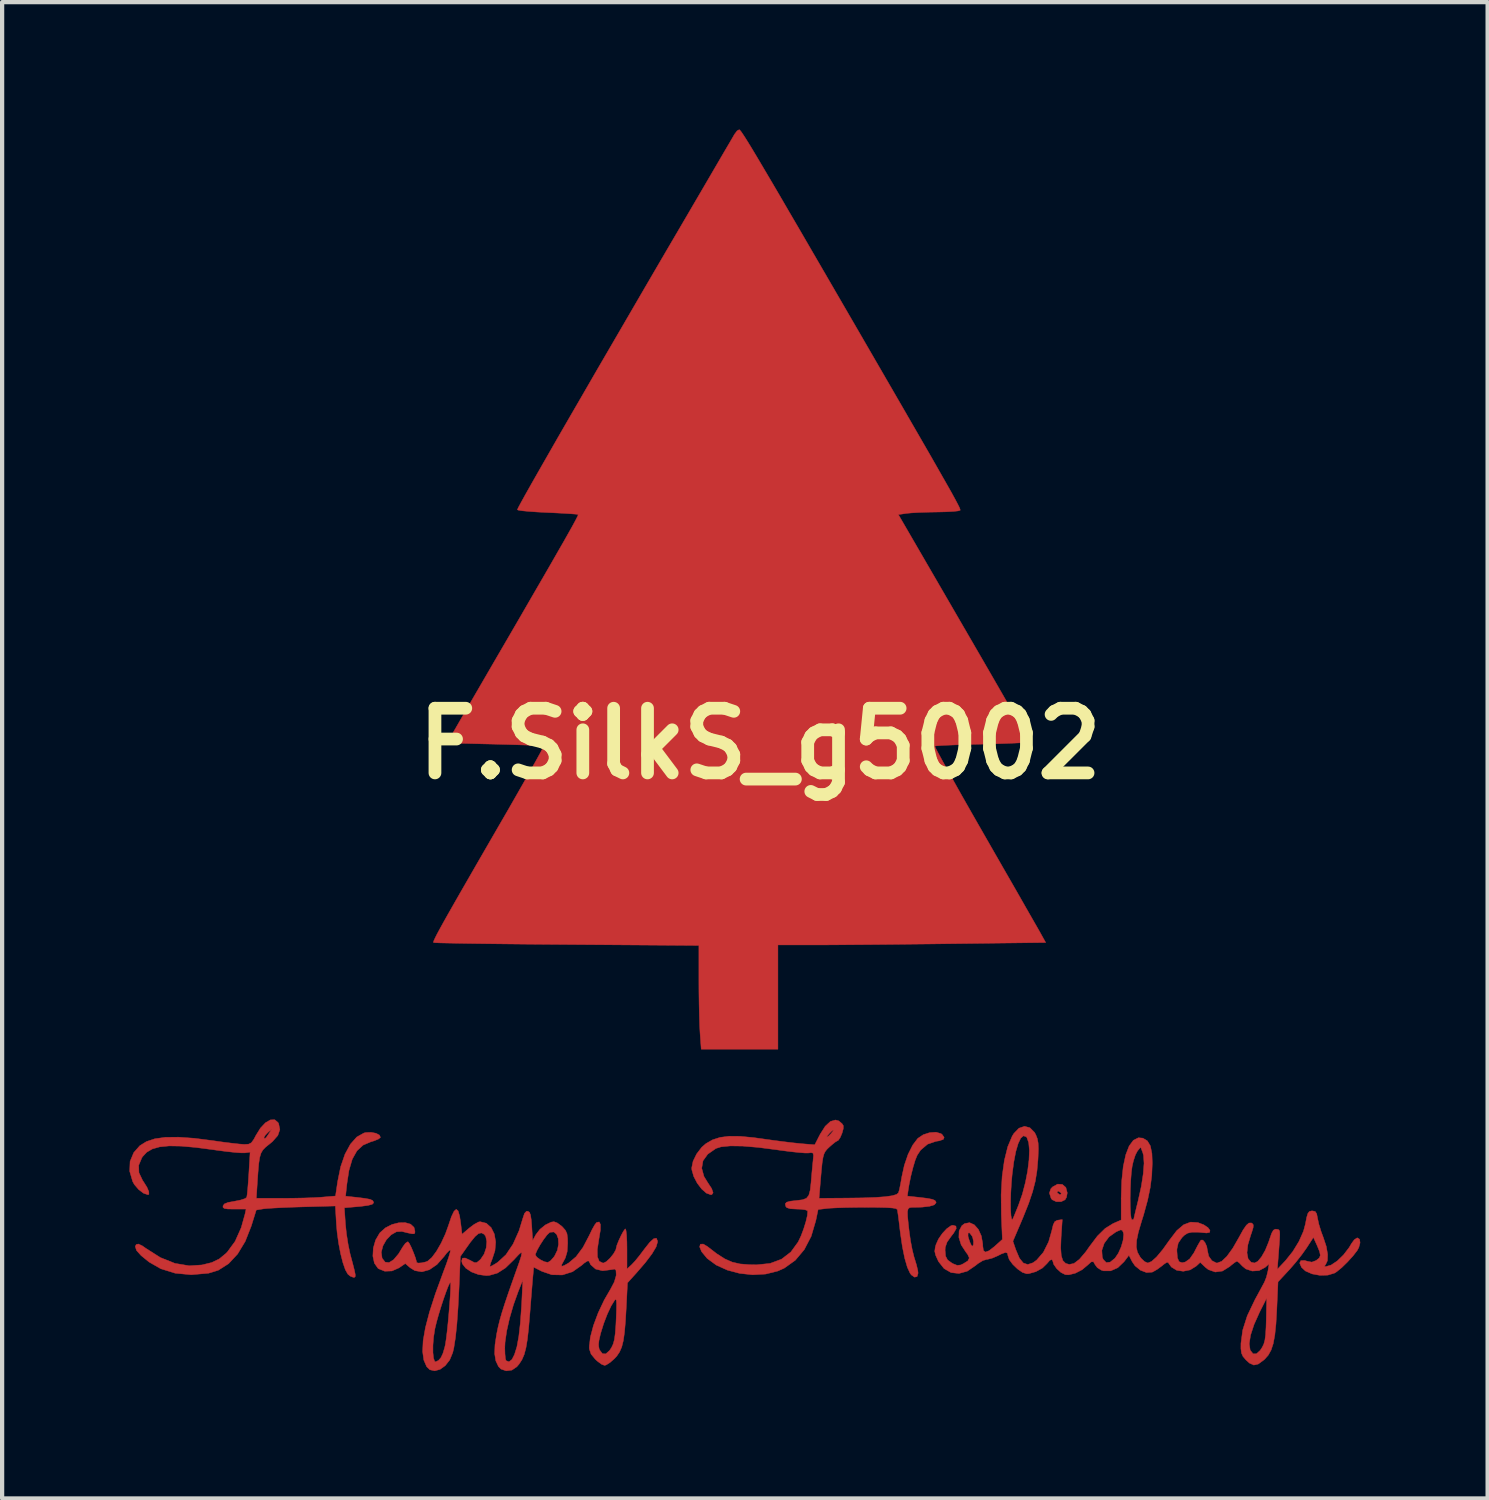
<source format=kicad_pcb>
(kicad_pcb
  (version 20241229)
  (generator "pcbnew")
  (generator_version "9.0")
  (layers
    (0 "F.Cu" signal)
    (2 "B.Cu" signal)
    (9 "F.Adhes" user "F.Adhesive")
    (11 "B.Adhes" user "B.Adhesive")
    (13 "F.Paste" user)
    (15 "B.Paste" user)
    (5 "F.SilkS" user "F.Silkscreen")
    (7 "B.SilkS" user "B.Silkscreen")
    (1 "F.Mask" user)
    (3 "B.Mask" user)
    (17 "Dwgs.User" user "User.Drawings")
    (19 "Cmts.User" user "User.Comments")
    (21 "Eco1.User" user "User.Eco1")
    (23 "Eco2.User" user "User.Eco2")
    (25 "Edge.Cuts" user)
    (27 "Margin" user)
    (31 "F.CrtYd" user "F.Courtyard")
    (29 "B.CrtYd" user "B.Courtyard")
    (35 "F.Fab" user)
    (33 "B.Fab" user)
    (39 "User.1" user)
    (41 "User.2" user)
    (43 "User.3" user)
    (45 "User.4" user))
  (footprint "F.SilkS_g5002"
    (layer "F.Cu")
    (at 14.853 14.469)
    (property "Reference" "F.SilkS_g5002" (at 0 0 0) (layer "F.SilkS") (effects (font (size 1.524 1.524) (thickness 0.3))))
    (attr through_hole)
    (fp_poly (pts (xy 7.123 10.383) (xy 7.206 10.454) (xy 7.239 10.58) (xy 7.239 10.583) (xy 7.221 10.687) (xy 7.188 10.744) (xy 7.094 10.79) (xy 6.98 10.789) (xy 6.885 10.745) (xy 6.859 10.713) (xy 6.819 10.587) (xy 6.825 10.567) (xy 6.999 10.567) (xy 7.006 10.583) (xy 7.062 10.624) (xy 7.075 10.626) (xy 7.098 10.6) (xy 7.091 10.583) (xy 7.035 10.543) (xy 7.022 10.541) (xy 6.999 10.567) (xy 6.825 10.567) (xy 6.852 10.486) (xy 6.893 10.442) (xy 7.012 10.376) (xy 7.123 10.383)) (stroke (width 0.01) (type solid)) (fill yes) (layer "F.Cu"))
    (fp_poly (pts (xy -11.353 8.925) (xy -11.339 8.95) (xy -11.31 9.091) (xy -11.358 9.23) (xy -11.485 9.374) (xy -11.553 9.43) (xy -11.644 9.503) (xy -11.71 9.57) (xy -11.755 9.648) (xy -11.786 9.752) (xy -11.808 9.898) (xy -11.825 10.103) (xy -11.837 10.276) (xy -11.865 10.71) (xy -11.252 10.71) (xy -10.999 10.708) (xy -10.744 10.703) (xy -10.515 10.695) (xy -10.34 10.685) (xy -10.319 10.683) (xy -9.999 10.656) (xy -9.949 10.316) (xy -9.878 9.967) (xy -9.776 9.671) (xy -9.648 9.435) (xy -9.498 9.266) (xy -9.33 9.172) (xy -9.285 9.161) (xy -9.161 9.156) (xy -9.046 9.178) (xy -8.964 9.221) (xy -8.941 9.275) (xy -8.942 9.278) (xy -8.989 9.315) (xy -9.092 9.357) (xy -9.166 9.379) (xy -9.349 9.457) (xy -9.494 9.591) (xy -9.604 9.787) (xy -9.682 10.052) (xy -9.73 10.364) (xy -9.762 10.66) (xy -9.488 10.689) (xy -9.303 10.712) (xy -9.187 10.734) (xy -9.125 10.762) (xy -9.103 10.8) (xy -9.102 10.818) (xy -9.134 10.851) (xy -9.234 10.878) (xy -9.411 10.901) (xy -9.446 10.904) (xy -9.791 10.934) (xy -9.765 11.32) (xy -9.741 11.548) (xy -9.702 11.797) (xy -9.656 12.017) (xy -9.649 12.044) (xy -9.591 12.26) (xy -9.554 12.407) (xy -9.535 12.499) (xy -9.533 12.549) (xy -9.546 12.569) (xy -9.572 12.573) (xy -9.577 12.573) (xy -9.652 12.544) (xy -9.709 12.496) (xy -9.767 12.394) (xy -9.825 12.226) (xy -9.88 12.01) (xy -9.927 11.764) (xy -9.962 11.506) (xy -9.978 11.319) (xy -10.003 10.891) (xy -10.769 10.912) (xy -11.028 10.92) (xy -11.269 10.93) (xy -11.475 10.941) (xy -11.627 10.951) (xy -11.701 10.959) (xy -11.866 10.986) (xy -11.983 11.362) (xy -12.126 11.725) (xy -12.306 12.023) (xy -12.519 12.251) (xy -12.761 12.405) (xy -12.99 12.475) (xy -13.398 12.511) (xy -13.776 12.475) (xy -14.117 12.369) (xy -14.392 12.211) (xy -14.579 12.059) (xy -14.687 11.938) (xy -14.717 11.845) (xy -14.694 11.799) (xy -14.641 11.787) (xy -14.549 11.831) (xy -14.468 11.888) (xy -14.125 12.106) (xy -13.782 12.243) (xy -13.444 12.3) (xy -13.145 12.28) (xy -12.914 12.223) (xy -12.736 12.137) (xy -12.58 12.008) (xy -12.546 11.973) (xy -12.364 11.724) (xy -12.221 11.403) (xy -12.131 11.081) (xy -12.106 10.964) (xy -12.385 10.964) (xy -12.535 10.962) (xy -12.617 10.95) (xy -12.649 10.925) (xy -12.65 10.89) (xy -12.618 10.843) (xy -12.533 10.808) (xy -12.38 10.78) (xy -12.374 10.779) (xy -12.234 10.751) (xy -12.131 10.717) (xy -12.091 10.687) (xy -12.081 10.626) (xy -12.068 10.498) (xy -12.054 10.324) (xy -12.041 10.128) (xy -12.011 9.623) (xy -12.133 9.64) (xy -12.218 9.64) (xy -12.368 9.629) (xy -12.564 9.608) (xy -12.787 9.579) (xy -12.869 9.567) (xy -13.289 9.512) (xy -13.635 9.481) (xy -13.917 9.476) (xy -14.14 9.498) (xy -14.314 9.547) (xy -14.446 9.624) (xy -14.545 9.73) (xy -14.562 9.757) (xy -14.636 9.933) (xy -14.63 10.106) (xy -14.544 10.288) (xy -14.52 10.323) (xy -14.441 10.449) (xy -14.397 10.552) (xy -14.395 10.615) (xy -14.417 10.626) (xy -14.52 10.592) (xy -14.635 10.505) (xy -14.736 10.388) (xy -14.777 10.316) (xy -14.848 10.073) (xy -14.839 9.842) (xy -14.752 9.633) (xy -14.609 9.471) (xy -14.454 9.374) (xy -14.256 9.308) (xy -14.007 9.273) (xy -13.699 9.27) (xy -13.327 9.296) (xy -12.882 9.353) (xy -12.869 9.355) (xy -12.644 9.387) (xy -12.435 9.413) (xy -12.263 9.432) (xy -12.151 9.44) (xy -12.14 9.44) (xy -12.045 9.434) (xy -11.982 9.402) (xy -11.926 9.325) (xy -11.9 9.278) (xy -11.684 9.278) (xy -11.671 9.311) (xy -11.63 9.275) (xy -11.576 9.197) (xy -11.502 9.081) (xy -11.593 9.161) (xy -11.659 9.231) (xy -11.684 9.278) (xy -11.9 9.278) (xy -11.877 9.233) (xy -11.767 9.055) (xy -11.649 8.93) (xy -11.533 8.863) (xy -11.431 8.859) (xy -11.353 8.925)) (stroke (width 0.01) (type solid)) (fill yes) (layer "F.Cu"))
    (fp_poly (pts (xy -0.487 -14.464) (xy -0.471 -14.451) (xy -0.443 -14.417) (xy -0.402 -14.357) (xy -0.345 -14.27) (xy -0.27 -14.15) (xy -0.175 -13.994) (xy -0.058 -13.798) (xy 0.084 -13.558) (xy 0.253 -13.272) (xy 0.451 -12.935) (xy 0.679 -12.543) (xy 0.942 -12.093) (xy 1.239 -11.581) (xy 1.575 -11.003) (xy 1.95 -10.356) (xy 1.978 -10.308) (xy 2.379 -9.617) (xy 2.739 -8.995) (xy 3.061 -8.439) (xy 3.347 -7.945) (xy 3.598 -7.51) (xy 3.818 -7.129) (xy 4.008 -6.8) (xy 4.169 -6.518) (xy 4.305 -6.279) (xy 4.418 -6.081) (xy 4.509 -5.92) (xy 4.58 -5.79) (xy 4.634 -5.69) (xy 4.672 -5.616) (xy 4.698 -5.563) (xy 4.712 -5.527) (xy 4.717 -5.507) (xy 4.716 -5.497) (xy 4.668 -5.483) (xy 4.552 -5.471) (xy 4.385 -5.462) (xy 4.186 -5.457) (xy 4.178 -5.457) (xy 3.955 -5.453) (xy 3.742 -5.446) (xy 3.566 -5.436) (xy 3.461 -5.426) (xy 3.26 -5.397) (xy 4.805 -2.734) (xy 5.057 -2.299) (xy 5.297 -1.885) (xy 5.52 -1.499) (xy 5.724 -1.145) (xy 5.905 -0.83) (xy 6.059 -0.56) (xy 6.185 -0.34) (xy 6.277 -0.177) (xy 6.333 -0.075) (xy 6.35 -0.042) (xy 6.31 -0.033) (xy 6.195 -0.024) (xy 6.019 -0.014) (xy 5.791 -0.005) (xy 5.523 0.004) (xy 5.246 0.011) (xy 4.949 0.018) (xy 4.68 0.026) (xy 4.451 0.035) (xy 4.274 0.043) (xy 4.159 0.051) (xy 4.119 0.058) (xy 4.135 0.098) (xy 4.19 0.205) (xy 4.28 0.371) (xy 4.401 0.591) (xy 4.55 0.858) (xy 4.722 1.165) (xy 4.915 1.505) (xy 5.125 1.873) (xy 5.282 2.147) (xy 5.506 2.538) (xy 5.721 2.913) (xy 5.923 3.264) (xy 6.107 3.585) (xy 6.268 3.868) (xy 6.403 4.104) (xy 6.508 4.287) (xy 6.577 4.408) (xy 6.6 4.449) (xy 6.731 4.685) (xy 4.438 4.713) (xy 3.971 4.719) (xy 3.502 4.724) (xy 3.042 4.729) (xy 2.605 4.733) (xy 2.202 4.736) (xy 1.845 4.739) (xy 1.546 4.741) (xy 1.318 4.741) (xy 1.284 4.741) (xy 0.423 4.741) (xy 0.423 7.197) (xy -1.384 7.197) (xy -1.412 6.809) (xy -1.421 6.64) (xy -1.428 6.407) (xy -1.434 6.134) (xy -1.438 5.843) (xy -1.439 5.588) (xy -1.439 4.754) (xy -4.553 4.731) (xy -5.059 4.727) (xy -5.54 4.723) (xy -5.989 4.718) (xy -6.4 4.713) (xy -6.767 4.708) (xy -7.081 4.703) (xy -7.337 4.698) (xy -7.529 4.694) (xy -7.649 4.689) (xy -7.69 4.685) (xy -7.692 4.671) (xy -7.681 4.638) (xy -7.656 4.583) (xy -7.614 4.499) (xy -7.552 4.383) (xy -7.468 4.23) (xy -7.358 4.034) (xy -7.221 3.793) (xy -7.053 3.499) (xy -6.852 3.15) (xy -6.616 2.74) (xy -6.341 2.264) (xy -6.149 1.932) (xy -5.94 1.571) (xy -5.746 1.232) (xy -5.569 0.922) (xy -5.415 0.649) (xy -5.286 0.419) (xy -5.187 0.24) (xy -5.122 0.118) (xy -5.094 0.06) (xy -5.094 0.057) (xy -5.139 0.051) (xy -5.259 0.044) (xy -5.44 0.036) (xy -5.672 0.028) (xy -5.944 0.02) (xy -6.239 0.012) (xy -6.538 0.005) (xy -6.807 -0.002) (xy -7.036 -0.008) (xy -7.212 -0.014) (xy -7.326 -0.018) (xy -7.366 -0.022) (xy -7.345 -0.059) (xy -7.286 -0.162) (xy -7.192 -0.325) (xy -7.068 -0.54) (xy -6.917 -0.801) (xy -6.743 -1.101) (xy -6.55 -1.433) (xy -6.343 -1.79) (xy -6.274 -1.909) (xy -5.927 -2.505) (xy -5.621 -3.032) (xy -5.354 -3.494) (xy -5.122 -3.894) (xy -4.924 -4.237) (xy -4.758 -4.527) (xy -4.62 -4.767) (xy -4.51 -4.962) (xy -4.424 -5.115) (xy -4.361 -5.231) (xy -4.318 -5.313) (xy -4.292 -5.366) (xy -4.283 -5.393) (xy -4.283 -5.398) (xy -4.33 -5.406) (xy -4.446 -5.415) (xy -4.618 -5.426) (xy -4.833 -5.437) (xy -5.008 -5.445) (xy -5.242 -5.457) (xy -5.443 -5.471) (xy -5.598 -5.486) (xy -5.692 -5.501) (xy -5.715 -5.511) (xy -5.694 -5.559) (xy -5.631 -5.677) (xy -5.529 -5.862) (xy -5.388 -6.112) (xy -5.21 -6.425) (xy -4.997 -6.797) (xy -4.751 -7.227) (xy -4.472 -7.71) (xy -4.162 -8.245) (xy -3.824 -8.83) (xy -3.457 -9.46) (xy -3.065 -10.134) (xy -2.649 -10.849) (xy -2.209 -11.603) (xy -1.765 -12.361) (xy -1.55 -12.729) (xy -1.346 -13.078) (xy -1.158 -13.4) (xy -0.99 -13.688) (xy -0.846 -13.935) (xy -0.73 -14.132) (xy -0.647 -14.274) (xy -0.602 -14.352) (xy -0.596 -14.361) (xy -0.538 -14.438) (xy -0.489 -14.464) (xy -0.487 -14.464)) (stroke (width 0.01) (type solid)) (fill yes) (layer "F.Cu"))
    (fp_poly (pts (xy 1.857 8.887) (xy 1.935 8.953) (xy 1.964 8.999) (xy 1.963 9.07) (xy 1.935 9.173) (xy 1.892 9.275) (xy 1.846 9.344) (xy 1.824 9.356) (xy 1.778 9.382) (xy 1.695 9.449) (xy 1.642 9.495) (xy 1.584 9.55) (xy 1.541 9.602) (xy 1.509 9.664) (xy 1.485 9.751) (xy 1.465 9.876) (xy 1.447 10.054) (xy 1.426 10.296) (xy 1.417 10.403) (xy 1.392 10.71) (xy 2.04 10.705) (xy 2.422 10.7) (xy 2.724 10.689) (xy 2.954 10.672) (xy 3.116 10.649) (xy 3.217 10.619) (xy 3.261 10.583) (xy 3.283 10.512) (xy 3.31 10.383) (xy 3.338 10.224) (xy 3.341 10.205) (xy 3.401 9.932) (xy 3.489 9.675) (xy 3.598 9.457) (xy 3.717 9.3) (xy 3.721 9.297) (xy 3.847 9.212) (xy 3.999 9.163) (xy 4.148 9.153) (xy 4.265 9.187) (xy 4.29 9.206) (xy 4.339 9.275) (xy 4.32 9.322) (xy 4.226 9.355) (xy 4.146 9.368) (xy 3.949 9.435) (xy 3.785 9.574) (xy 3.704 9.696) (xy 3.656 9.814) (xy 3.604 9.989) (xy 3.553 10.191) (xy 3.512 10.394) (xy 3.497 10.483) (xy 3.472 10.658) (xy 3.754 10.688) (xy 3.942 10.711) (xy 4.06 10.734) (xy 4.123 10.761) (xy 4.147 10.797) (xy 4.149 10.815) (xy 4.108 10.863) (xy 3.995 10.898) (xy 3.821 10.918) (xy 3.678 10.922) (xy 3.587 10.922) (xy 3.526 10.93) (xy 3.49 10.96) (xy 3.475 11.025) (xy 3.478 11.137) (xy 3.495 11.311) (xy 3.516 11.495) (xy 3.546 11.706) (xy 3.586 11.917) (xy 3.629 12.091) (xy 3.643 12.135) (xy 3.688 12.283) (xy 3.718 12.412) (xy 3.725 12.474) (xy 3.701 12.554) (xy 3.642 12.568) (xy 3.568 12.517) (xy 3.538 12.478) (xy 3.472 12.336) (xy 3.41 12.122) (xy 3.354 11.847) (xy 3.307 11.524) (xy 3.299 11.46) (xy 3.277 11.274) (xy 3.257 11.117) (xy 3.241 11.009) (xy 3.235 10.975) (xy 3.206 10.954) (xy 3.128 10.939) (xy 2.99 10.929) (xy 2.786 10.924) (xy 2.51 10.922) (xy 2.254 10.924) (xy 2.012 10.928) (xy 1.802 10.935) (xy 1.645 10.943) (xy 1.584 10.949) (xy 1.37 10.974) (xy 1.316 11.234) (xy 1.207 11.605) (xy 1.044 11.918) (xy 0.832 12.17) (xy 0.573 12.355) (xy 0.419 12.424) (xy 0.133 12.495) (xy -0.171 12.512) (xy -0.478 12.479) (xy -0.771 12.401) (xy -1.032 12.282) (xy -1.244 12.126) (xy -1.376 11.966) (xy -1.421 11.854) (xy -1.404 11.791) (xy -1.335 11.788) (xy -1.238 11.846) (xy -1.016 12.017) (xy -0.83 12.136) (xy -0.656 12.213) (xy -0.471 12.256) (xy -0.251 12.274) (xy -0.081 12.277) (xy 0.239 12.244) (xy 0.508 12.144) (xy 0.727 11.976) (xy 0.9 11.738) (xy 0.902 11.734) (xy 0.968 11.595) (xy 1.029 11.432) (xy 1.08 11.268) (xy 1.114 11.126) (xy 1.124 11.027) (xy 1.118 11.001) (xy 1.067 10.981) (xy 0.958 10.967) (xy 0.864 10.964) (xy 0.714 10.956) (xy 0.632 10.93) (xy 0.607 10.899) (xy 0.596 10.84) (xy 0.628 10.802) (xy 0.717 10.778) (xy 0.869 10.761) (xy 1.006 10.744) (xy 1.095 10.709) (xy 1.15 10.64) (xy 1.183 10.52) (xy 1.204 10.334) (xy 1.206 10.304) (xy 1.222 10.119) (xy 1.239 9.935) (xy 1.251 9.818) (xy 1.261 9.7) (xy 1.25 9.646) (xy 1.206 9.635) (xy 1.148 9.642) (xy 1.063 9.643) (xy 0.914 9.631) (xy 0.717 9.61) (xy 0.492 9.581) (xy 0.396 9.567) (xy -0.04 9.511) (xy -0.405 9.48) (xy -0.697 9.476) (xy -0.914 9.497) (xy -1.038 9.536) (xy -1.23 9.67) (xy -1.342 9.826) (xy -1.372 10.002) (xy -1.32 10.194) (xy -1.237 10.33) (xy -1.138 10.481) (xy -1.104 10.579) (xy -1.134 10.623) (xy -1.158 10.626) (xy -1.263 10.588) (xy -1.374 10.49) (xy -1.478 10.353) (xy -1.56 10.196) (xy -1.604 10.043) (xy -1.608 9.993) (xy -1.576 9.837) (xy -1.492 9.665) (xy -1.372 9.508) (xy -1.272 9.421) (xy -1.116 9.332) (xy -0.939 9.275) (xy -0.728 9.248) (xy -0.47 9.25) (xy -0.151 9.28) (xy 0.05 9.308) (xy 0.301 9.343) (xy 0.553 9.376) (xy 0.778 9.403) (xy 0.952 9.421) (xy 0.981 9.424) (xy 1.291 9.449) (xy 1.382 9.271) (xy 1.574 9.271) (xy 1.615 9.243) (xy 1.672 9.186) (xy 1.721 9.125) (xy 1.728 9.102) (xy 1.687 9.129) (xy 1.63 9.186) (xy 1.581 9.248) (xy 1.574 9.271) (xy 1.382 9.271) (xy 1.418 9.201) (xy 1.537 9.013) (xy 1.659 8.9) (xy 1.779 8.865) (xy 1.857 8.887)) (stroke (width 0.01) (type solid)) (fill yes) (layer "F.Cu"))
    (fp_poly (pts (xy -7.111 11.007) (xy -7.075 11.128) (xy -7.048 11.311) (xy -7.019 11.557) (xy -6.846 11.409) (xy -6.734 11.325) (xy -6.635 11.271) (xy -6.594 11.261) (xy -6.446 11.298) (xy -6.333 11.4) (xy -6.258 11.551) (xy -6.226 11.738) (xy -6.243 11.943) (xy -6.307 12.139) (xy -6.348 12.244) (xy -6.363 12.309) (xy -6.358 12.319) (xy -6.307 12.297) (xy -6.215 12.242) (xy -6.175 12.215) (xy -5.984 12.039) (xy -5.816 11.788) (xy -5.675 11.472) (xy -5.587 11.184) (xy -5.547 11.065) (xy -5.501 11.016) (xy -5.469 11.015) (xy -5.431 11.038) (xy -5.406 11.1) (xy -5.388 11.216) (xy -5.376 11.367) (xy -5.355 11.705) (xy -5.279 11.566) (xy -5.184 11.442) (xy -5.054 11.337) (xy -4.92 11.272) (xy -4.854 11.261) (xy -4.777 11.289) (xy -4.68 11.36) (xy -4.653 11.384) (xy -4.583 11.464) (xy -4.546 11.545) (xy -4.532 11.658) (xy -4.53 11.771) (xy -4.542 11.968) (xy -4.585 12.114) (xy -4.618 12.176) (xy -4.671 12.273) (xy -4.671 12.312) (xy -4.613 12.294) (xy -4.507 12.234) (xy -4.332 12.086) (xy -4.169 11.866) (xy -4.019 11.58) (xy -3.952 11.44) (xy -3.891 11.333) (xy -3.85 11.281) (xy -3.85 11.28) (xy -3.788 11.267) (xy -3.758 11.325) (xy -3.759 11.456) (xy -3.793 11.664) (xy -3.795 11.677) (xy -3.832 11.919) (xy -3.829 12.09) (xy -3.786 12.194) (xy -3.703 12.234) (xy -3.685 12.234) (xy -3.619 12.202) (xy -3.533 12.122) (xy -3.452 12.021) (xy -3.397 11.926) (xy -3.387 11.883) (xy -3.37 11.814) (xy -3.328 11.709) (xy -3.274 11.593) (xy -3.22 11.492) (xy -3.179 11.435) (xy -3.17 11.43) (xy -3.155 11.47) (xy -3.143 11.577) (xy -3.135 11.735) (xy -3.133 11.903) (xy -3.133 12.376) (xy -3.022 12.273) (xy -2.942 12.188) (xy -2.837 12.059) (xy -2.728 11.914) (xy -2.722 11.906) (xy -2.597 11.748) (xy -2.503 11.662) (xy -2.441 11.65) (xy -2.414 11.713) (xy -2.413 11.741) (xy -2.446 11.854) (xy -2.543 12.017) (xy -2.701 12.226) (xy -2.901 12.458) (xy -3.121 12.702) (xy -3.15 13.283) (xy -3.169 13.611) (xy -3.191 13.867) (xy -3.219 14.064) (xy -3.257 14.214) (xy -3.308 14.331) (xy -3.373 14.427) (xy -3.429 14.488) (xy -3.533 14.579) (xy -3.623 14.636) (xy -3.661 14.647) (xy -3.733 14.619) (xy -3.83 14.547) (xy -3.878 14.503) (xy -3.979 14.38) (xy -4.019 14.261) (xy -4.022 14.216) (xy -4.016 14.167) (xy -3.804 14.167) (xy -3.79 14.251) (xy -3.776 14.286) (xy -3.71 14.371) (xy -3.632 14.375) (xy -3.544 14.297) (xy -3.496 14.225) (xy -3.457 14.142) (xy -3.429 14.037) (xy -3.409 13.892) (xy -3.394 13.689) (xy -3.388 13.558) (xy -3.38 13.341) (xy -3.378 13.198) (xy -3.383 13.119) (xy -3.396 13.091) (xy -3.418 13.105) (xy -3.423 13.112) (xy -3.507 13.248) (xy -3.597 13.44) (xy -3.682 13.661) (xy -3.751 13.883) (xy -3.754 13.892) (xy -3.792 14.057) (xy -3.804 14.167) (xy -4.016 14.167) (xy -3.996 13.984) (xy -3.923 13.708) (xy -3.811 13.408) (xy -3.668 13.105) (xy -3.52 12.85) (xy -3.432 12.683) (xy -3.389 12.535) (xy -3.387 12.5) (xy -3.392 12.406) (xy -3.424 12.377) (xy -3.503 12.391) (xy -3.503 12.391) (xy -3.707 12.417) (xy -3.872 12.377) (xy -3.989 12.273) (xy -4.03 12.188) (xy -4.066 12.188) (xy -4.141 12.237) (xy -4.197 12.286) (xy -4.415 12.44) (xy -4.655 12.516) (xy -4.903 12.511) (xy -5.134 12.432) (xy -5.329 12.333) (xy -5.353 12.591) (xy -5.365 12.731) (xy -5.381 12.931) (xy -5.4 13.165) (xy -5.419 13.408) (xy -5.422 13.441) (xy -5.45 13.772) (xy -5.479 14.032) (xy -5.513 14.234) (xy -5.554 14.389) (xy -5.607 14.512) (xy -5.674 14.615) (xy -5.728 14.679) (xy -5.845 14.758) (xy -5.979 14.775) (xy -6.101 14.733) (xy -6.16 14.673) (xy -6.223 14.539) (xy -6.25 14.373) (xy -6.245 14.228) (xy -6.011 14.228) (xy -6.007 14.374) (xy -5.997 14.485) (xy -5.983 14.534) (xy -5.913 14.562) (xy -5.842 14.507) (xy -5.783 14.391) (xy -5.726 14.208) (xy -5.681 13.962) (xy -5.645 13.646) (xy -5.617 13.254) (xy -5.611 13.145) (xy -5.587 12.636) (xy -5.697 12.912) (xy -5.807 13.219) (xy -5.899 13.535) (xy -5.967 13.837) (xy -6.005 14.101) (xy -6.011 14.228) (xy -6.245 14.228) (xy -6.242 14.161) (xy -6.203 13.907) (xy -6.171 13.75) (xy -6.131 13.587) (xy -6.079 13.405) (xy -6.011 13.19) (xy -5.923 12.93) (xy -5.811 12.611) (xy -5.745 12.425) (xy -5.669 12.212) (xy -5.624 12.072) (xy -5.619 12.044) (xy -5.291 12.044) (xy -5.257 12.096) (xy -5.175 12.156) (xy -5.078 12.204) (xy -4.998 12.22) (xy -4.997 12.22) (xy -4.935 12.183) (xy -4.859 12.098) (xy -4.838 12.069) (xy -4.772 11.933) (xy -4.745 11.791) (xy -4.752 11.66) (xy -4.79 11.559) (xy -4.855 11.503) (xy -4.944 11.51) (xy -4.956 11.516) (xy -5.016 11.573) (xy -5.096 11.678) (xy -5.179 11.806) (xy -5.248 11.929) (xy -5.288 12.022) (xy -5.291 12.044) (xy -5.619 12.044) (xy -5.61 12) (xy -5.628 11.989) (xy -5.68 12.032) (xy -5.766 12.124) (xy -5.794 12.155) (xy -5.996 12.351) (xy -6.185 12.472) (xy -6.374 12.526) (xy -6.449 12.531) (xy -6.629 12.507) (xy -6.796 12.445) (xy -6.93 12.356) (xy -7.012 12.252) (xy -7.027 12.185) (xy -7.008 12.121) (xy -6.945 12.116) (xy -6.829 12.17) (xy -6.811 12.18) (xy -6.727 12.224) (xy -6.669 12.222) (xy -6.601 12.166) (xy -6.577 12.142) (xy -6.498 12.024) (xy -6.449 11.877) (xy -6.436 11.729) (xy -6.461 11.607) (xy -6.497 11.558) (xy -6.561 11.525) (xy -6.629 11.54) (xy -6.711 11.61) (xy -6.819 11.742) (xy -6.884 11.833) (xy -7.058 12.08) (xy -7.088 12.802) (xy -7.112 13.276) (xy -7.14 13.67) (xy -7.173 13.987) (xy -7.211 14.231) (xy -7.238 14.346) (xy -7.309 14.518) (xy -7.414 14.652) (xy -7.536 14.74) (xy -7.662 14.775) (xy -7.777 14.749) (xy -7.852 14.676) (xy -7.919 14.521) (xy -7.944 14.343) (xy -7.704 14.343) (xy -7.69 14.475) (xy -7.663 14.551) (xy -7.642 14.563) (xy -7.574 14.53) (xy -7.516 14.465) (xy -7.469 14.365) (xy -7.427 14.224) (xy -7.412 14.158) (xy -7.392 14.028) (xy -7.37 13.849) (xy -7.348 13.639) (xy -7.328 13.414) (xy -7.31 13.192) (xy -7.296 12.992) (xy -7.288 12.829) (xy -7.287 12.724) (xy -7.29 12.694) (xy -7.309 12.708) (xy -7.346 12.787) (xy -7.396 12.917) (xy -7.454 13.081) (xy -7.514 13.265) (xy -7.571 13.452) (xy -7.62 13.627) (xy -7.656 13.775) (xy -7.659 13.792) (xy -7.689 13.984) (xy -7.704 14.173) (xy -7.704 14.343) (xy -7.944 14.343) (xy -7.947 14.319) (xy -7.935 14.065) (xy -7.881 13.757) (xy -7.785 13.389) (xy -7.646 12.958) (xy -7.463 12.459) (xy -7.453 12.432) (xy -7.384 12.247) (xy -7.331 12.091) (xy -7.298 11.979) (xy -7.291 11.931) (xy -7.32 11.939) (xy -7.382 12.002) (xy -7.441 12.08) (xy -7.61 12.271) (xy -7.788 12.393) (xy -7.964 12.442) (xy -8.13 12.414) (xy -8.239 12.347) (xy -8.355 12.247) (xy -8.506 12.35) (xy -8.67 12.422) (xy -8.839 12.428) (xy -8.985 12.369) (xy -8.999 12.358) (xy -9.083 12.239) (xy -9.119 12.072) (xy -9.109 11.883) (xy -9.055 11.694) (xy -8.958 11.528) (xy -8.951 11.52) (xy -8.822 11.405) (xy -8.668 11.327) (xy -8.507 11.286) (xy -8.356 11.283) (xy -8.231 11.319) (xy -8.15 11.394) (xy -8.128 11.482) (xy -8.13 11.526) (xy -8.148 11.547) (xy -8.198 11.546) (xy -8.299 11.525) (xy -8.435 11.491) (xy -8.563 11.498) (xy -8.689 11.57) (xy -8.801 11.687) (xy -8.882 11.83) (xy -8.921 11.98) (xy -8.902 12.118) (xy -8.899 12.125) (xy -8.829 12.214) (xy -8.738 12.224) (xy -8.632 12.158) (xy -8.514 12.019) (xy -8.414 11.855) (xy -8.353 11.77) (xy -8.299 11.735) (xy -8.29 11.736) (xy -8.258 11.778) (xy -8.21 11.874) (xy -8.159 11.997) (xy -8.114 12.118) (xy -8.089 12.211) (xy -8.087 12.224) (xy -8.05 12.236) (xy -7.967 12.23) (xy -7.876 12.209) (xy -7.829 12.191) (xy -7.73 12.105) (xy -7.62 11.957) (xy -7.51 11.765) (xy -7.41 11.548) (xy -7.341 11.357) (xy -7.269 11.144) (xy -7.207 11.015) (xy -7.155 10.969) (xy -7.111 11.007)) (stroke (width 0.01) (type solid)) (fill yes) (layer "F.Cu"))
    (fp_poly (pts (xy 6.359 9.048) (xy 6.468 9.158) (xy 6.499 9.215) (xy 6.534 9.305) (xy 6.553 9.407) (xy 6.559 9.544) (xy 6.552 9.737) (xy 6.549 9.797) (xy 6.526 10.061) (xy 6.486 10.307) (xy 6.422 10.556) (xy 6.33 10.83) (xy 6.202 11.15) (xy 6.159 11.253) (xy 5.959 11.721) (xy 6.027 11.921) (xy 6.111 12.119) (xy 6.203 12.234) (xy 6.308 12.27) (xy 6.431 12.229) (xy 6.518 12.166) (xy 6.676 11.983) (xy 6.8 11.736) (xy 6.875 11.472) (xy 6.908 11.335) (xy 6.944 11.261) (xy 6.997 11.23) (xy 7.022 11.225) (xy 7.122 11.211) (xy 7.094 11.628) (xy 7.085 11.879) (xy 7.098 12.059) (xy 7.135 12.177) (xy 7.201 12.243) (xy 7.285 12.268) (xy 7.397 12.245) (xy 7.525 12.148) (xy 7.672 11.975) (xy 7.701 11.935) (xy 8.054 11.935) (xy 8.064 12.096) (xy 8.087 12.152) (xy 8.158 12.224) (xy 8.25 12.214) (xy 8.363 12.122) (xy 8.363 12.122) (xy 8.442 12.006) (xy 8.51 11.853) (xy 8.555 11.696) (xy 8.568 11.563) (xy 8.559 11.514) (xy 8.534 11.463) (xy 8.496 11.454) (xy 8.418 11.487) (xy 8.382 11.505) (xy 8.222 11.619) (xy 8.11 11.77) (xy 8.054 11.935) (xy 7.701 11.935) (xy 7.758 11.853) (xy 7.949 11.6) (xy 8.132 11.42) (xy 8.319 11.304) (xy 8.329 11.3) (xy 8.509 11.221) (xy 8.509 10.71) (xy 8.721 10.71) (xy 8.723 10.903) (xy 8.73 11.063) (xy 8.743 11.174) (xy 8.762 11.218) (xy 8.763 11.218) (xy 8.804 11.203) (xy 8.805 11.199) (xy 8.815 11.152) (xy 8.841 11.042) (xy 8.879 10.886) (xy 8.909 10.765) (xy 8.983 10.43) (xy 9.029 10.134) (xy 9.048 9.887) (xy 9.036 9.701) (xy 9.017 9.631) (xy 8.968 9.504) (xy 8.891 9.598) (xy 8.843 9.69) (xy 8.797 9.831) (xy 8.767 9.962) (xy 8.748 10.112) (xy 8.734 10.298) (xy 8.725 10.503) (xy 8.721 10.71) (xy 8.509 10.71) (xy 8.509 10.698) (xy 8.522 10.3) (xy 8.558 9.961) (xy 8.617 9.686) (xy 8.697 9.478) (xy 8.797 9.343) (xy 8.915 9.284) (xy 9.02 9.293) (xy 9.126 9.357) (xy 9.197 9.475) (xy 9.234 9.657) (xy 9.242 9.88) (xy 9.23 10.172) (xy 9.194 10.456) (xy 9.132 10.755) (xy 9.039 11.095) (xy 8.99 11.251) (xy 8.914 11.508) (xy 8.873 11.705) (xy 8.866 11.856) (xy 8.892 11.979) (xy 8.953 12.089) (xy 8.979 12.124) (xy 9.06 12.201) (xy 9.136 12.234) (xy 9.139 12.234) (xy 9.226 12.197) (xy 9.345 12.09) (xy 9.489 11.917) (xy 9.65 11.692) (xy 9.818 11.472) (xy 9.981 11.333) (xy 10.145 11.271) (xy 10.318 11.282) (xy 10.456 11.335) (xy 10.553 11.4) (xy 10.601 11.465) (xy 10.593 11.513) (xy 10.524 11.527) (xy 10.52 11.527) (xy 10.315 11.508) (xy 10.173 11.509) (xy 10.073 11.532) (xy 9.996 11.581) (xy 9.942 11.635) (xy 9.854 11.763) (xy 9.823 11.905) (xy 9.822 11.949) (xy 9.834 12.113) (xy 9.873 12.203) (xy 9.946 12.228) (xy 10.019 12.211) (xy 10.123 12.139) (xy 10.223 11.995) (xy 10.247 11.948) (xy 10.312 11.822) (xy 10.366 11.729) (xy 10.39 11.694) (xy 10.434 11.695) (xy 10.484 11.753) (xy 10.525 11.843) (xy 10.541 11.937) (xy 10.571 12.073) (xy 10.647 12.18) (xy 10.751 12.233) (xy 10.773 12.234) (xy 10.878 12.194) (xy 11.001 12.076) (xy 11.139 11.885) (xy 11.281 11.638) (xy 11.381 11.457) (xy 11.458 11.345) (xy 11.52 11.292) (xy 11.576 11.291) (xy 11.595 11.3) (xy 11.622 11.335) (xy 11.618 11.402) (xy 11.582 11.52) (xy 11.562 11.575) (xy 11.494 11.804) (xy 11.473 11.993) (xy 11.499 12.133) (xy 11.57 12.216) (xy 11.65 12.234) (xy 11.727 12.196) (xy 11.815 12.09) (xy 11.904 11.934) (xy 11.983 11.741) (xy 12.006 11.672) (xy 12.054 11.533) (xy 12.095 11.461) (xy 12.142 11.437) (xy 12.169 11.439) (xy 12.205 11.444) (xy 12.229 11.458) (xy 12.243 11.493) (xy 12.246 11.564) (xy 12.241 11.683) (xy 12.228 11.864) (xy 12.216 12.023) (xy 12.188 12.383) (xy 12.384 12.174) (xy 12.553 11.962) (xy 12.699 11.723) (xy 12.804 11.485) (xy 12.848 11.322) (xy 12.879 11.16) (xy 12.908 11.066) (xy 12.944 11.02) (xy 12.998 11.007) (xy 13.015 11.007) (xy 13.079 11.02) (xy 13.115 11.074) (xy 13.137 11.187) (xy 13.167 11.324) (xy 13.22 11.496) (xy 13.27 11.63) (xy 13.34 11.841) (xy 13.373 12.03) (xy 13.368 12.18) (xy 13.327 12.268) (xy 13.298 12.31) (xy 13.329 12.319) (xy 13.454 12.283) (xy 13.6 12.186) (xy 13.747 12.043) (xy 13.881 11.868) (xy 13.936 11.775) (xy 14.001 11.686) (xy 14.066 11.643) (xy 14.074 11.642) (xy 14.126 11.675) (xy 14.137 11.758) (xy 14.108 11.867) (xy 14.07 11.939) (xy 13.97 12.068) (xy 13.841 12.21) (xy 13.706 12.342) (xy 13.586 12.44) (xy 13.538 12.471) (xy 13.377 12.52) (xy 13.191 12.525) (xy 13.006 12.491) (xy 12.849 12.422) (xy 12.757 12.336) (xy 12.715 12.235) (xy 12.741 12.178) (xy 12.83 12.174) (xy 12.889 12.192) (xy 13.001 12.214) (xy 13.1 12.176) (xy 13.108 12.171) (xy 13.176 12.116) (xy 13.201 12.055) (xy 13.183 11.964) (xy 13.125 11.822) (xy 13.122 11.816) (xy 13.038 11.63) (xy 12.875 11.882) (xy 12.764 12.038) (xy 12.622 12.218) (xy 12.476 12.387) (xy 12.458 12.406) (xy 12.204 12.679) (xy 12.175 13.335) (xy 12.156 13.668) (xy 12.129 13.93) (xy 12.092 14.131) (xy 12.041 14.286) (xy 11.974 14.406) (xy 11.886 14.505) (xy 11.87 14.518) (xy 11.74 14.614) (xy 11.633 14.639) (xy 11.53 14.592) (xy 11.449 14.518) (xy 11.379 14.436) (xy 11.343 14.356) (xy 11.33 14.248) (xy 11.331 14.138) (xy 11.526 14.138) (xy 11.548 14.285) (xy 11.551 14.291) (xy 11.616 14.373) (xy 11.695 14.374) (xy 11.783 14.294) (xy 11.83 14.224) (xy 11.869 14.144) (xy 11.895 14.05) (xy 11.912 13.923) (xy 11.922 13.744) (xy 11.927 13.568) (xy 11.937 13.06) (xy 11.77 13.392) (xy 11.639 13.684) (xy 11.557 13.935) (xy 11.526 14.138) (xy 11.331 14.138) (xy 11.331 14.126) (xy 11.372 13.816) (xy 11.48 13.478) (xy 11.658 13.104) (xy 11.666 13.089) (xy 11.751 12.933) (xy 11.827 12.792) (xy 11.88 12.694) (xy 11.882 12.691) (xy 11.931 12.568) (xy 11.966 12.425) (xy 11.968 12.416) (xy 11.993 12.255) (xy 11.899 12.339) (xy 11.758 12.413) (xy 11.597 12.424) (xy 11.445 12.374) (xy 11.364 12.307) (xy 11.291 12.231) (xy 11.241 12.193) (xy 11.237 12.192) (xy 11.19 12.218) (xy 11.107 12.282) (xy 11.064 12.319) (xy 10.895 12.424) (xy 10.725 12.447) (xy 10.563 12.39) (xy 10.491 12.333) (xy 10.372 12.219) (xy 10.277 12.308) (xy 10.133 12.397) (xy 9.972 12.429) (xy 9.817 12.406) (xy 9.693 12.33) (xy 9.648 12.269) (xy 9.616 12.222) (xy 9.578 12.221) (xy 9.509 12.269) (xy 9.472 12.3) (xy 9.36 12.383) (xy 9.254 12.444) (xy 9.238 12.45) (xy 9.106 12.459) (xy 8.964 12.405) (xy 8.836 12.301) (xy 8.768 12.202) (xy 8.692 12.053) (xy 8.576 12.205) (xy 8.429 12.346) (xy 8.263 12.419) (xy 8.096 12.42) (xy 8.042 12.403) (xy 7.947 12.343) (xy 7.894 12.272) (xy 7.856 12.204) (xy 7.802 12.208) (xy 7.722 12.281) (xy 7.588 12.393) (xy 7.428 12.475) (xy 7.273 12.513) (xy 7.194 12.509) (xy 7.092 12.458) (xy 6.991 12.367) (xy 6.919 12.264) (xy 6.9 12.196) (xy 6.879 12.152) (xy 6.827 12.171) (xy 6.761 12.248) (xy 6.76 12.249) (xy 6.654 12.353) (xy 6.5 12.438) (xy 6.337 12.484) (xy 6.284 12.488) (xy 6.184 12.456) (xy 6.067 12.374) (xy 5.955 12.266) (xy 5.872 12.153) (xy 5.842 12.063) (xy 5.829 12.001) (xy 5.783 11.986) (xy 5.688 12.02) (xy 5.599 12.065) (xy 5.474 12.119) (xy 5.361 12.148) (xy 5.34 12.15) (xy 5.25 12.177) (xy 5.135 12.248) (xy 5.077 12.295) (xy 4.884 12.427) (xy 4.688 12.481) (xy 4.502 12.46) (xy 4.338 12.366) (xy 4.207 12.201) (xy 4.196 12.178) (xy 4.138 12.05) (xy 4.117 11.958) (xy 4.13 11.862) (xy 4.147 11.8) (xy 4.206 11.669) (xy 4.297 11.537) (xy 4.401 11.426) (xy 4.498 11.357) (xy 4.544 11.345) (xy 4.617 11.365) (xy 4.623 11.426) (xy 4.561 11.533) (xy 4.509 11.599) (xy 4.408 11.741) (xy 4.365 11.866) (xy 4.361 11.931) (xy 4.373 12.073) (xy 4.421 12.164) (xy 4.523 12.237) (xy 4.548 12.251) (xy 4.646 12.29) (xy 4.728 12.281) (xy 4.788 12.253) (xy 4.898 12.184) (xy 4.931 12.116) (xy 4.892 12.03) (xy 4.854 11.981) (xy 4.74 11.806) (xy 4.686 11.633) (xy 4.687 11.6) (xy 4.901 11.6) (xy 4.91 11.64) (xy 4.947 11.748) (xy 4.981 11.82) (xy 5.012 11.839) (xy 5.028 11.8) (xy 5.03 11.726) (xy 5.013 11.642) (xy 4.997 11.602) (xy 4.939 11.525) (xy 4.903 11.526) (xy 4.901 11.6) (xy 4.687 11.6) (xy 4.691 11.478) (xy 4.756 11.355) (xy 4.821 11.306) (xy 4.938 11.284) (xy 5.049 11.334) (xy 5.145 11.442) (xy 5.215 11.597) (xy 5.248 11.785) (xy 5.249 11.833) (xy 5.264 11.939) (xy 5.312 11.977) (xy 5.397 11.945) (xy 5.526 11.845) (xy 5.543 11.829) (xy 5.71 11.679) (xy 5.686 11.099) (xy 5.683 10.799) (xy 5.903 10.799) (xy 5.905 10.982) (xy 5.914 11.121) (xy 5.929 11.2) (xy 5.948 11.211) (xy 5.969 11.168) (xy 6.012 11.065) (xy 6.07 10.923) (xy 6.09 10.873) (xy 6.181 10.613) (xy 6.253 10.338) (xy 6.306 10.065) (xy 6.338 9.807) (xy 6.347 9.581) (xy 6.331 9.401) (xy 6.289 9.282) (xy 6.274 9.262) (xy 6.208 9.238) (xy 6.144 9.292) (xy 6.083 9.418) (xy 6.027 9.608) (xy 5.979 9.857) (xy 5.94 10.157) (xy 5.923 10.351) (xy 5.909 10.584) (xy 5.903 10.799) (xy 5.683 10.799) (xy 5.681 10.625) (xy 5.705 10.194) (xy 5.758 9.815) (xy 5.837 9.496) (xy 5.941 9.248) (xy 5.981 9.183) (xy 6.101 9.059) (xy 6.232 9.014) (xy 6.359 9.048)) (stroke (width 0.01) (type solid)) (fill yes) (layer "F.Cu")))
  (gr_rect
    (start -3 -3)
    (end 31.995 32.25)
    (stroke (width 0.1) (type default))
    (fill no)
    (layer "Edge.Cuts")))
</source>
